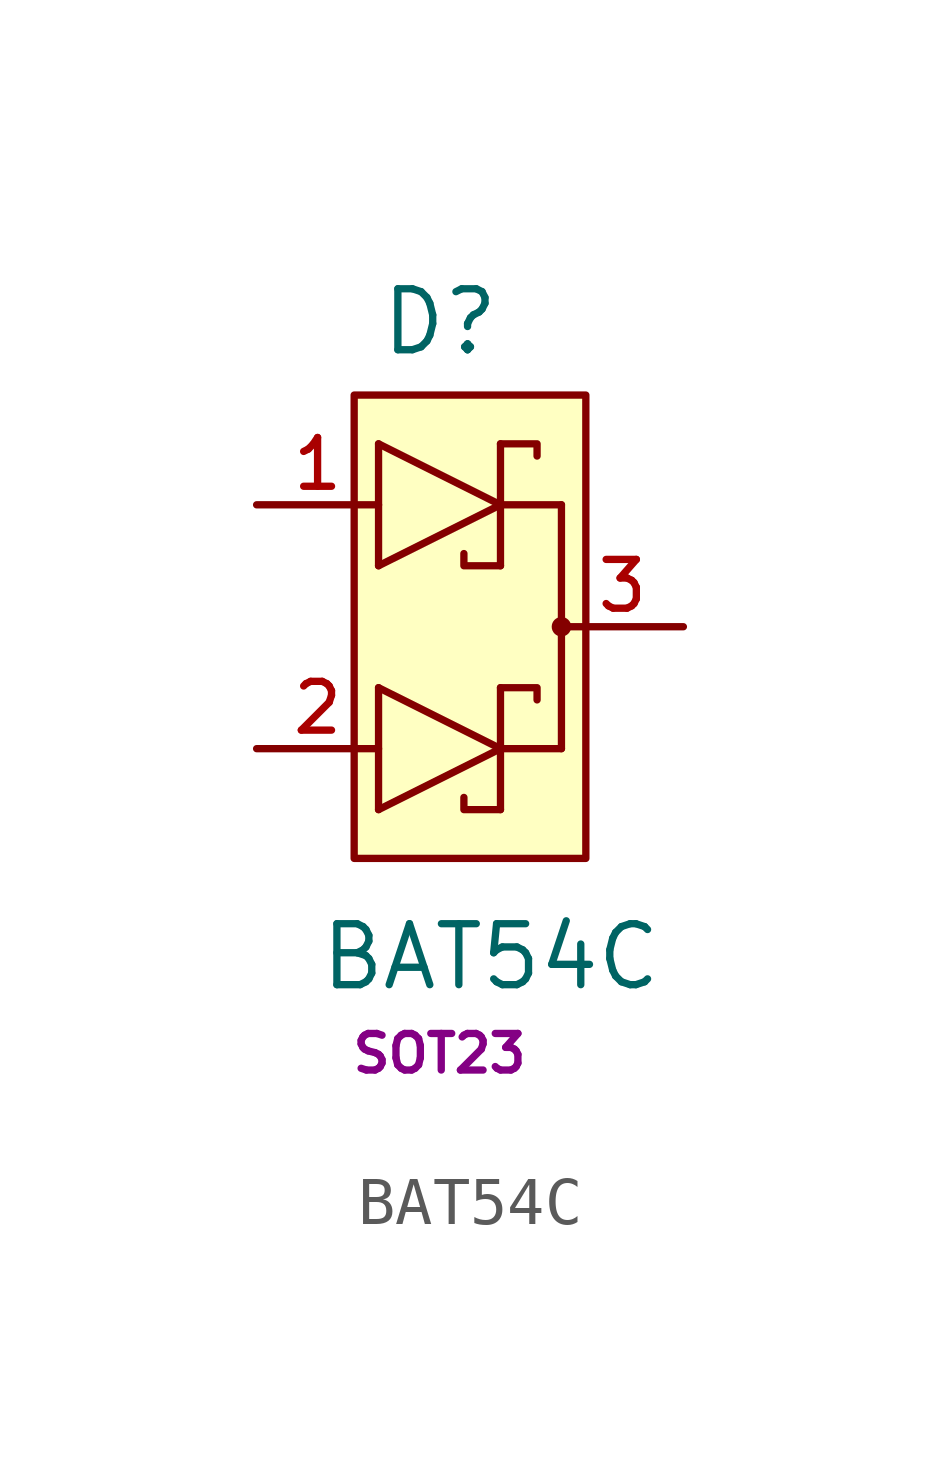
<source format=kicad_sym>
(kicad_symbol_lib
  (version 20220914)
  (generator kicad_symbol_editor)
  (symbol "BAT54C"
    (pin_names
      (offset 1.016))
    (property "Reference" "D"
      (at -1.27 6.35 0)
      (effects (font (size 1.27 1.27)) (justify left)))
    (property "Value" "BAT54C"
      (at -2.54 -7.62 0)
      (effects (font (size 1.27 1.27)) (justify left bottom)))
    (property "Footprint" "SOT23"
      (at 0 -8.89 0)
      (effects (font (size 0.762 0.762))))
    (property "Datasheet" ""
      (at 0 0 0)
      (effects (font (size 1.524 1.524))))
    (symbol "BAT54C_0_1"
      (polyline (pts (xy 1.27 -2.54) (xy 2.54 -2.54) (xy 2.54 -2.54)) (stroke (width 0) (type default)) (fill (type none)))
      (polyline (pts (xy 1.27 2.54) (xy 2.54 2.54) (xy 2.54 2.54)) (stroke (width 0) (type default)) (fill (type none)))
      (polyline (pts (xy 1.27 -1.27) (xy 2.032 -1.27) (xy 2.032 -1.524) (xy 2.032 -1.524)) (stroke (width 0) (type default)) (fill (type none)))
      (polyline (pts (xy 1.27 3.81) (xy 2.032 3.81) (xy 2.032 3.556) (xy 2.032 3.556)) (stroke (width 0) (type default)) (fill (type none)))
      (polyline (pts (xy 1.27 -3.81) (xy 0.508 -3.81) (xy 0.508 -3.556) (xy 0.508 -3.556) (xy 0.508 -3.556)) (stroke (width 0) (type default)) (fill (type none)))
      (polyline (pts (xy 1.27 1.27) (xy 0.508 1.27) (xy 0.508 1.524) (xy 0.508 1.524) (xy 0.508 1.524)) (stroke (width 0) (type default)) (fill (type none))))
    (symbol "BAT54C_1_0"
      (rectangle (start -1.778 4.826) (end 3.048 -4.826) (stroke (width 0) (type default)) (fill (type background)))
      (polyline (pts (xy -1.27 -3.81) (xy 1.27 -2.54)) (stroke (width 0) (type default)) (fill (type background)))
      (polyline (pts (xy -1.27 -1.27) (xy -1.27 -3.81)) (stroke (width 0) (type default)) (fill (type none)))
      (polyline (pts (xy -1.27 1.27) (xy 1.27 2.54)) (stroke (width 0) (type default)) (fill (type none)))
      (polyline (pts (xy -1.27 3.81) (xy -1.27 1.27)) (stroke (width 0) (type default)) (fill (type none)))
      (polyline (pts (xy 1.27 -2.54) (xy -1.27 -1.27)) (stroke (width 0) (type default)) (fill (type none)))
      (polyline (pts (xy 1.27 -2.54) (xy 1.27 -3.81)) (stroke (width 0) (type default)) (fill (type none)))
      (polyline (pts (xy 1.27 -1.27) (xy 1.27 -2.54)) (stroke (width 0) (type default)) (fill (type none)))
      (polyline (pts (xy 1.27 2.54) (xy -1.27 3.81)) (stroke (width 0) (type default)) (fill (type background)))
      (polyline (pts (xy 1.27 2.54) (xy 1.27 1.27)) (stroke (width 0) (type default)) (fill (type none)))
      (polyline (pts (xy 1.27 3.81) (xy 1.27 2.54)) (stroke (width 0) (type default)) (fill (type none)))
      (polyline (pts (xy 2.54 -2.54) (xy 2.54 2.54)) (stroke (width 0) (type default)) (fill (type none))))
    (symbol "BAT54C_1_1"
      (circle (center 2.54 0) (radius 0.127) (stroke (width 0) (type default)) (fill (type outline)))
      (pin passive line (at -3.81 2.54 0) (length 2.54) (name "~" (effects (font (size 1.016 1.016)))) (number "1" (effects (font (size 1.016 1.016)))))
      (pin passive line (at -3.81 -2.54 0) (length 2.54) (name "~" (effects (font (size 1.016 1.016)))) (number "2" (effects (font (size 1.016 1.016)))))
      (pin passive line (at 5.08 0 180) (length 2.54) (name "~" (effects (font (size 1.016 1.016)))) (number "3" (effects (font (size 1.016 1.016))))))))
</source>
